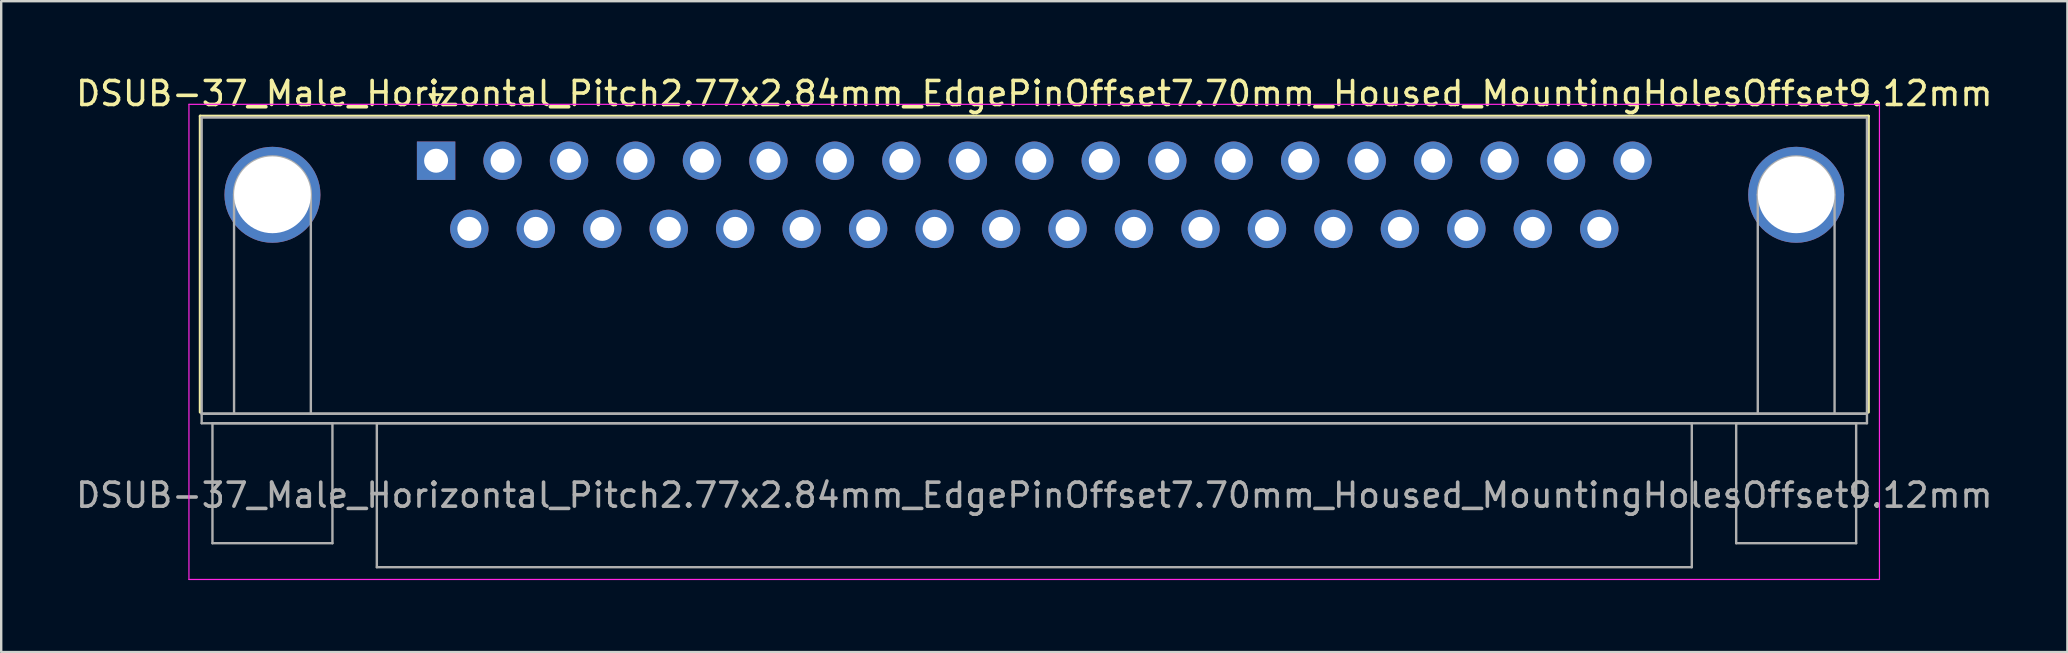
<source format=kicad_pcb>
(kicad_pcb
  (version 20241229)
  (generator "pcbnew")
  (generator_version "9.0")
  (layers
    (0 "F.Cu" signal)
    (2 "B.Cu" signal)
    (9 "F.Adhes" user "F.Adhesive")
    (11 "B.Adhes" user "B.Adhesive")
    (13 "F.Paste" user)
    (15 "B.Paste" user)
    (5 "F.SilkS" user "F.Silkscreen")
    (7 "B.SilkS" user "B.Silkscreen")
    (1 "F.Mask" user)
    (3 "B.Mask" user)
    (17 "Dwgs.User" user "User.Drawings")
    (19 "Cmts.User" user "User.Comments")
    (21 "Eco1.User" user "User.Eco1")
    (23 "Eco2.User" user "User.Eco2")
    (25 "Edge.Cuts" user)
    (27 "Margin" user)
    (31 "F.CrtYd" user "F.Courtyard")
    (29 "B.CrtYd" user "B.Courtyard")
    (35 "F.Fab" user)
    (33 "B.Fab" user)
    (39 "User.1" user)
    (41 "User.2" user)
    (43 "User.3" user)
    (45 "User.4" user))
  (footprint "DSUB-37_Male_Horizontal_Pitch2.77x2.84mm_EdgePinOffset7.70mm_Housed_MountingHolesOffset9.12mm"
    (layer "F.Cu")
    (at 15.124 3.648)
    (property "Reference" "DSUB-37_Male_Horizontal_Pitch2.77x2.84mm_EdgePinOffset7.70mm_Housed_MountingHolesOffset9.12mm" (at 24.93 -2.8 0) (layer "F.SilkS") (effects (font (size 1 1) (thickness 0.15))))
    (attr through_hole)
    (fp_line (start -9.83 -1.86) (end 59.69 -1.86) (stroke (width 0.12) (type solid)) (layer "F.SilkS"))
    (fp_line (start -9.83 10.48) (end -9.83 -1.86) (stroke (width 0.12) (type solid)) (layer "F.SilkS"))
    (fp_line (start -0.25 -2.754) (end 0.25 -2.754) (stroke (width 0.12) (type solid)) (layer "F.SilkS"))
    (fp_line (start 0 -2.321) (end -0.25 -2.754) (stroke (width 0.12) (type solid)) (layer "F.SilkS"))
    (fp_line (start 0.25 -2.754) (end 0 -2.321) (stroke (width 0.12) (type solid)) (layer "F.SilkS"))
    (fp_line (start 59.69 -1.86) (end 59.69 10.48) (stroke (width 0.12) (type solid)) (layer "F.SilkS"))
    (fp_line (start -10.3 -2.35) (end -10.3 17.45) (stroke (width 0.05) (type solid)) (layer "F.CrtYd"))
    (fp_line (start -10.3 17.45) (end 60.15 17.45) (stroke (width 0.05) (type solid)) (layer "F.CrtYd"))
    (fp_line (start 60.15 -2.35) (end -10.3 -2.35) (stroke (width 0.05) (type solid)) (layer "F.CrtYd"))
    (fp_line (start 60.15 17.45) (end 60.15 -2.35) (stroke (width 0.05) (type solid)) (layer "F.CrtYd"))
    (fp_line (start -9.77 -1.8) (end -9.77 10.54) (stroke (width 0.1) (type solid)) (layer "F.Fab"))
    (fp_line (start -9.77 10.54) (end -9.77 10.94) (stroke (width 0.1) (type solid)) (layer "F.Fab"))
    (fp_line (start -9.77 10.54) (end 59.63 10.54) (stroke (width 0.1) (type solid)) (layer "F.Fab"))
    (fp_line (start -9.77 10.94) (end 59.63 10.94) (stroke (width 0.1) (type solid)) (layer "F.Fab"))
    (fp_line (start -9.32 10.94) (end -9.32 15.94) (stroke (width 0.1) (type solid)) (layer "F.Fab"))
    (fp_line (start -9.32 15.94) (end -4.32 15.94) (stroke (width 0.1) (type solid)) (layer "F.Fab"))
    (fp_line (start -8.42 10.54) (end -8.42 1.42) (stroke (width 0.1) (type solid)) (layer "F.Fab"))
    (fp_line (start -5.22 10.54) (end -5.22 1.42) (stroke (width 0.1) (type solid)) (layer "F.Fab"))
    (fp_line (start -4.32 10.94) (end -9.32 10.94) (stroke (width 0.1) (type solid)) (layer "F.Fab"))
    (fp_line (start -4.32 15.94) (end -4.32 10.94) (stroke (width 0.1) (type solid)) (layer "F.Fab"))
    (fp_line (start -2.47 10.94) (end -2.47 16.94) (stroke (width 0.1) (type solid)) (layer "F.Fab"))
    (fp_line (start -2.47 16.94) (end 52.33 16.94) (stroke (width 0.1) (type solid)) (layer "F.Fab"))
    (fp_line (start 52.33 10.94) (end -2.47 10.94) (stroke (width 0.1) (type solid)) (layer "F.Fab"))
    (fp_line (start 52.33 16.94) (end 52.33 10.94) (stroke (width 0.1) (type solid)) (layer "F.Fab"))
    (fp_line (start 54.18 10.94) (end 54.18 15.94) (stroke (width 0.1) (type solid)) (layer "F.Fab"))
    (fp_line (start 54.18 15.94) (end 59.18 15.94) (stroke (width 0.1) (type solid)) (layer "F.Fab"))
    (fp_line (start 55.08 10.54) (end 55.08 1.42) (stroke (width 0.1) (type solid)) (layer "F.Fab"))
    (fp_line (start 58.28 10.54) (end 58.28 1.42) (stroke (width 0.1) (type solid)) (layer "F.Fab"))
    (fp_line (start 59.18 10.94) (end 54.18 10.94) (stroke (width 0.1) (type solid)) (layer "F.Fab"))
    (fp_line (start 59.18 15.94) (end 59.18 10.94) (stroke (width 0.1) (type solid)) (layer "F.Fab"))
    (fp_line (start 59.63 -1.8) (end -9.77 -1.8) (stroke (width 0.1) (type solid)) (layer "F.Fab"))
    (fp_line (start 59.63 10.54) (end -9.77 10.54) (stroke (width 0.1) (type solid)) (layer "F.Fab"))
    (fp_line (start 59.63 10.54) (end 59.63 -1.8) (stroke (width 0.1) (type solid)) (layer "F.Fab"))
    (fp_line (start 59.63 10.94) (end 59.63 10.54) (stroke (width 0.1) (type solid)) (layer "F.Fab"))
    (fp_arc (start -8.42 1.42) (mid -6.82 -0.18) (end -5.22 1.42) (stroke (width 0.1) (type solid)) (layer "F.Fab"))
    (fp_arc (start 55.08 1.42) (mid 56.68 -0.18) (end 58.28 1.42) (stroke (width 0.1) (type solid)) (layer "F.Fab"))
    (fp_text user "${REFERENCE}" (at 24.93 13.94 0) (layer "F.Fab") (effects (font (size 1 1) (thickness 0.15))))
    (pad "0" thru_hole circle (at -6.82 1.42) (size 4 4) (drill 3.2) (layers "*.Cu" "*.Mask"))
    (pad "0" thru_hole circle (at 56.68 1.42) (size 4 4) (drill 3.2) (layers "*.Cu" "*.Mask"))
    (pad "1" thru_hole rect (at 0 0) (size 1.6 1.6) (drill 1) (layers "*.Cu" "*.Mask"))
    (pad "2" thru_hole circle (at 2.77 0) (size 1.6 1.6) (drill 1) (layers "*.Cu" "*.Mask"))
    (pad "3" thru_hole circle (at 5.54 0) (size 1.6 1.6) (drill 1) (layers "*.Cu" "*.Mask"))
    (pad "4" thru_hole circle (at 8.31 0) (size 1.6 1.6) (drill 1) (layers "*.Cu" "*.Mask"))
    (pad "5" thru_hole circle (at 11.08 0) (size 1.6 1.6) (drill 1) (layers "*.Cu" "*.Mask"))
    (pad "6" thru_hole circle (at 13.85 0) (size 1.6 1.6) (drill 1) (layers "*.Cu" "*.Mask"))
    (pad "7" thru_hole circle (at 16.62 0) (size 1.6 1.6) (drill 1) (layers "*.Cu" "*.Mask"))
    (pad "8" thru_hole circle (at 19.39 0) (size 1.6 1.6) (drill 1) (layers "*.Cu" "*.Mask"))
    (pad "9" thru_hole circle (at 22.16 0) (size 1.6 1.6) (drill 1) (layers "*.Cu" "*.Mask"))
    (pad "10" thru_hole circle (at 24.93 0) (size 1.6 1.6) (drill 1) (layers "*.Cu" "*.Mask"))
    (pad "11" thru_hole circle (at 27.7 0) (size 1.6 1.6) (drill 1) (layers "*.Cu" "*.Mask"))
    (pad "12" thru_hole circle (at 30.47 0) (size 1.6 1.6) (drill 1) (layers "*.Cu" "*.Mask"))
    (pad "13" thru_hole circle (at 33.24 0) (size 1.6 1.6) (drill 1) (layers "*.Cu" "*.Mask"))
    (pad "14" thru_hole circle (at 36.01 0) (size 1.6 1.6) (drill 1) (layers "*.Cu" "*.Mask"))
    (pad "15" thru_hole circle (at 38.78 0) (size 1.6 1.6) (drill 1) (layers "*.Cu" "*.Mask"))
    (pad "16" thru_hole circle (at 41.55 0) (size 1.6 1.6) (drill 1) (layers "*.Cu" "*.Mask"))
    (pad "17" thru_hole circle (at 44.32 0) (size 1.6 1.6) (drill 1) (layers "*.Cu" "*.Mask"))
    (pad "18" thru_hole circle (at 47.09 0) (size 1.6 1.6) (drill 1) (layers "*.Cu" "*.Mask"))
    (pad "19" thru_hole circle (at 49.86 0) (size 1.6 1.6) (drill 1) (layers "*.Cu" "*.Mask"))
    (pad "20" thru_hole circle (at 1.385 2.84) (size 1.6 1.6) (drill 1) (layers "*.Cu" "*.Mask"))
    (pad "21" thru_hole circle (at 4.155 2.84) (size 1.6 1.6) (drill 1) (layers "*.Cu" "*.Mask"))
    (pad "22" thru_hole circle (at 6.925 2.84) (size 1.6 1.6) (drill 1) (layers "*.Cu" "*.Mask"))
    (pad "23" thru_hole circle (at 9.695 2.84) (size 1.6 1.6) (drill 1) (layers "*.Cu" "*.Mask"))
    (pad "24" thru_hole circle (at 12.465 2.84) (size 1.6 1.6) (drill 1) (layers "*.Cu" "*.Mask"))
    (pad "25" thru_hole circle (at 15.235 2.84) (size 1.6 1.6) (drill 1) (layers "*.Cu" "*.Mask"))
    (pad "26" thru_hole circle (at 18.005 2.84) (size 1.6 1.6) (drill 1) (layers "*.Cu" "*.Mask"))
    (pad "27" thru_hole circle (at 20.775 2.84) (size 1.6 1.6) (drill 1) (layers "*.Cu" "*.Mask"))
    (pad "28" thru_hole circle (at 23.545 2.84) (size 1.6 1.6) (drill 1) (layers "*.Cu" "*.Mask"))
    (pad "29" thru_hole circle (at 26.315 2.84) (size 1.6 1.6) (drill 1) (layers "*.Cu" "*.Mask"))
    (pad "30" thru_hole circle (at 29.085 2.84) (size 1.6 1.6) (drill 1) (layers "*.Cu" "*.Mask"))
    (pad "31" thru_hole circle (at 31.855 2.84) (size 1.6 1.6) (drill 1) (layers "*.Cu" "*.Mask"))
    (pad "32" thru_hole circle (at 34.625 2.84) (size 1.6 1.6) (drill 1) (layers "*.Cu" "*.Mask"))
    (pad "33" thru_hole circle (at 37.395 2.84) (size 1.6 1.6) (drill 1) (layers "*.Cu" "*.Mask"))
    (pad "34" thru_hole circle (at 40.165 2.84) (size 1.6 1.6) (drill 1) (layers "*.Cu" "*.Mask"))
    (pad "35" thru_hole circle (at 42.935 2.84) (size 1.6 1.6) (drill 1) (layers "*.Cu" "*.Mask"))
    (pad "36" thru_hole circle (at 45.705 2.84) (size 1.6 1.6) (drill 1) (layers "*.Cu" "*.Mask"))
    (pad "37" thru_hole circle (at 48.475 2.84) (size 1.6 1.6) (drill 1) (layers "*.Cu" "*.Mask")))
  (gr_rect
    (start -3 -3)
    (end 83.107 24.123)
    (stroke (width 0.1) (type default))
    (fill no)
    (layer "Edge.Cuts")))
</source>
